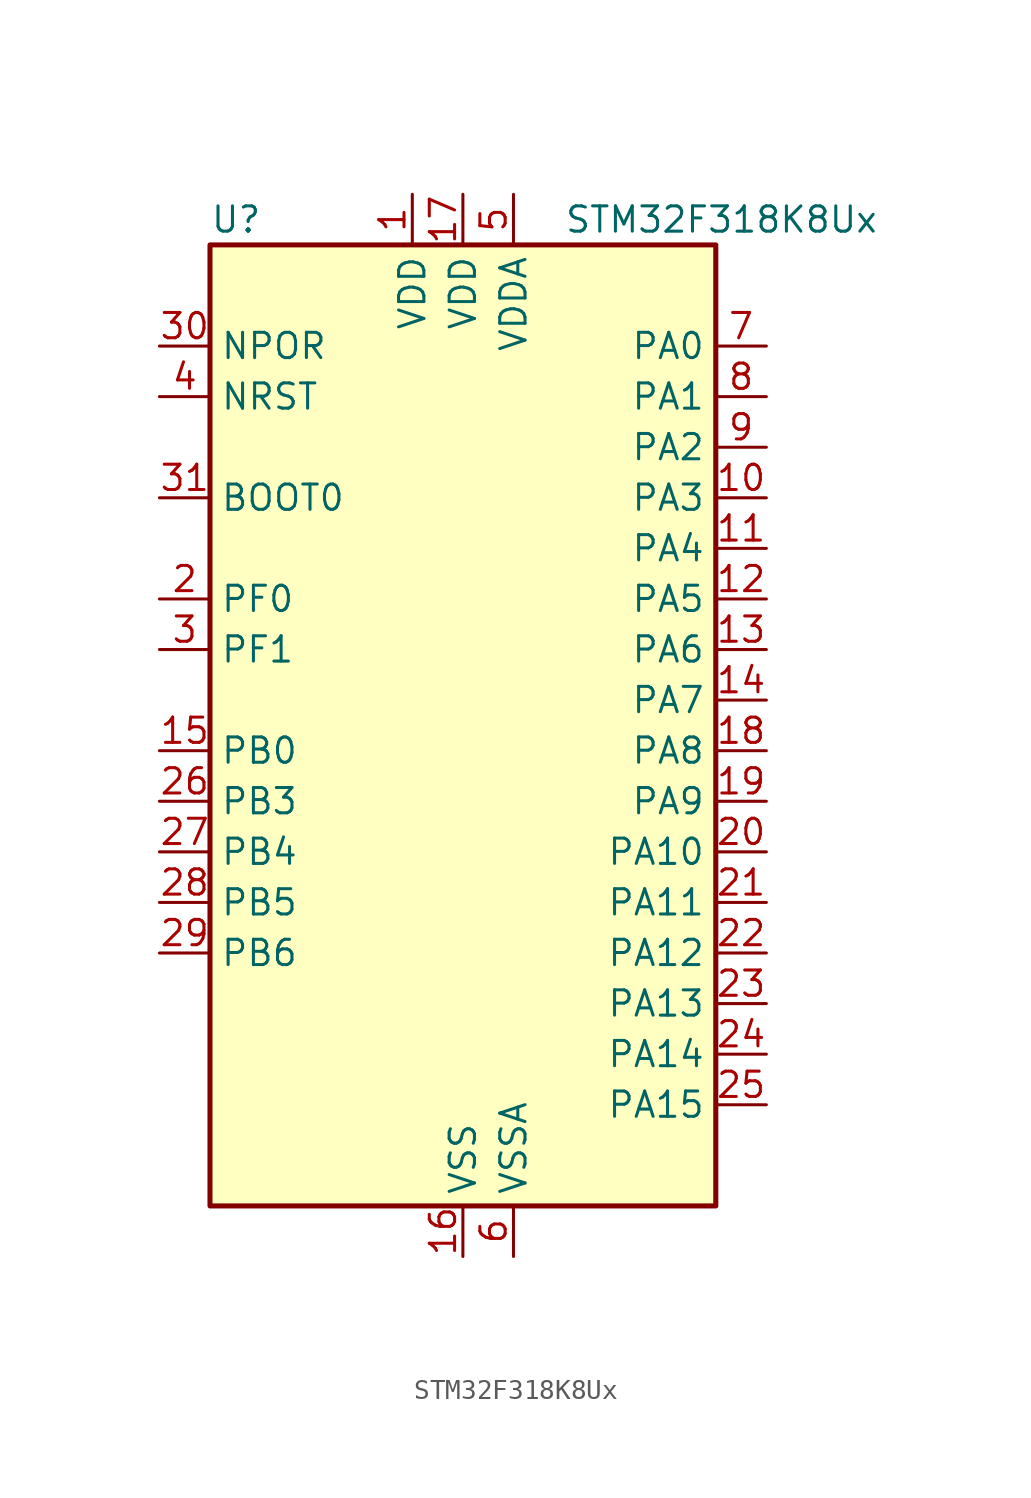
<source format=kicad_sym>
(kicad_symbol_lib
  (version 20241209)
  (generator "kicad_symbol_editor")
  (generator_version "9.0")
  (symbol "STM32F318K8Ux"
    (property "Reference" "U"
      (at -12.7 26.67 0)
      (effects (font (size 1.27 1.27)) (justify left)))
    (property "Value" "STM32F318K8Ux"
      (at 5.08 26.67 0)
      (effects (font (size 1.27 1.27)) (justify left)))
    (symbol "STM32F318K8Ux_0_1"
      (rectangle (start -12.7 -22.86) (end 12.7 25.4) (stroke (width 0.254) (type default)) (fill (type background))))
    (symbol "STM32F318K8Ux_1_1"
      (pin input line (at -15.24 20.32 0) (length 2.54) (name "NPOR" (effects (font (size 1.27 1.27)))) (number "30" (effects (font (size 1.27 1.27)))))
      (pin input line (at -15.24 17.78 0) (length 2.54) (name "NRST" (effects (font (size 1.27 1.27)))) (number "4" (effects (font (size 1.27 1.27)))))
      (pin input line (at -15.24 12.7 0) (length 2.54) (name "BOOT0" (effects (font (size 1.27 1.27)))) (number "31" (effects (font (size 1.27 1.27)))))
      (pin bidirectional line (at -15.24 7.62 0) (length 2.54) (name "PF0" (effects (font (size 1.27 1.27)))) (number "2" (effects (font (size 1.27 1.27)))) (alternate "I2C2_SDA" bidirectional line) (alternate "I2S2_WS" bidirectional line) (alternate "RCC_OSC_IN" bidirectional line) (alternate "SPI2_NSS" bidirectional line) (alternate "TIM1_CH3N" bidirectional line))
      (pin bidirectional line (at -15.24 5.08 0) (length 2.54) (name "PF1" (effects (font (size 1.27 1.27)))) (number "3" (effects (font (size 1.27 1.27)))) (alternate "I2C2_SCL" bidirectional line) (alternate "I2S2_CK" bidirectional line) (alternate "RCC_OSC_OUT" bidirectional line) (alternate "SPI2_SCK" bidirectional line))
      (pin bidirectional line (at -15.24 0 0) (length 2.54) (name "PB0" (effects (font (size 1.27 1.27)))) (number "15" (effects (font (size 1.27 1.27)))) (alternate "ADC1_IN11" bidirectional line) (alternate "COMP4_INP" bidirectional line) (alternate "OPAMP2_VINP" bidirectional line) (alternate "OPAMP2_VINP_SEC" bidirectional line) (alternate "TIM1_CH2N" bidirectional line) (alternate "TSC_G3_IO2" bidirectional line))
      (pin bidirectional line (at -15.24 -2.54 0) (length 2.54) (name "PB3" (effects (font (size 1.27 1.27)))) (number "26" (effects (font (size 1.27 1.27)))) (alternate "I2S3_CK" bidirectional line) (alternate "SPI3_SCK" bidirectional line) (alternate "SYS_JTDO-TRACESWO" bidirectional line) (alternate "TIM2_CH2" bidirectional line) (alternate "TSC_G5_IO1" bidirectional line) (alternate "USART2_TX" bidirectional line))
      (pin bidirectional line (at -15.24 -5.08 0) (length 2.54) (name "PB4" (effects (font (size 1.27 1.27)))) (number "27" (effects (font (size 1.27 1.27)))) (alternate "I2S3_ext_SD" bidirectional line) (alternate "SPI3_MISO" bidirectional line) (alternate "SYS_NJTRST" bidirectional line) (alternate "TIM16_CH1" bidirectional line) (alternate "TIM17_BKIN" bidirectional line) (alternate "TSC_G5_IO2" bidirectional line) (alternate "USART2_RX" bidirectional line))
      (pin bidirectional line (at -15.24 -7.62 0) (length 2.54) (name "PB5" (effects (font (size 1.27 1.27)))) (number "28" (effects (font (size 1.27 1.27)))) (alternate "I2C1_SMBA" bidirectional line) (alternate "I2C3_SDA" bidirectional line) (alternate "I2S3_SD" bidirectional line) (alternate "SPI3_MOSI" bidirectional line) (alternate "TIM16_BKIN" bidirectional line) (alternate "TIM17_CH1" bidirectional line) (alternate "USART2_CK" bidirectional line))
      (pin bidirectional line (at -15.24 -10.16 0) (length 2.54) (name "PB6" (effects (font (size 1.27 1.27)))) (number "29" (effects (font (size 1.27 1.27)))) (alternate "I2C1_SCL" bidirectional line) (alternate "TIM16_CH1N" bidirectional line) (alternate "TSC_G5_IO3" bidirectional line) (alternate "USART1_TX" bidirectional line))
      (pin power_in line (at -2.54 27.94 270) (length 2.54) (name "VDD" (effects (font (size 1.27 1.27)))) (number "1" (effects (font (size 1.27 1.27)))))
      (pin power_in line (at 0 27.94 270) (length 2.54) (name "VDD" (effects (font (size 1.27 1.27)))) (number "17" (effects (font (size 1.27 1.27)))))
      (pin power_in line (at 0 -25.4 90) (length 2.54) (name "VSS" (effects (font (size 1.27 1.27)))) (number "16" (effects (font (size 1.27 1.27)))))
      (pin passive line (at 0 -25.4 90) (length 2.54) (hide yes) (name "VSS" (effects (font (size 1.27 1.27)))) (number "32" (effects (font (size 1.27 1.27)))))
      (pin passive line (at 0 -25.4 90) (length 2.54) (hide yes) (name "VSS" (effects (font (size 1.27 1.27)))) (number "33" (effects (font (size 1.27 1.27)))))
      (pin power_in line (at 2.54 27.94 270) (length 2.54) (name "VDDA" (effects (font (size 1.27 1.27)))) (number "5" (effects (font (size 1.27 1.27)))))
      (pin power_in line (at 2.54 -25.4 90) (length 2.54) (name "VSSA" (effects (font (size 1.27 1.27)))) (number "6" (effects (font (size 1.27 1.27)))))
      (pin bidirectional line (at 15.24 20.32 180) (length 2.54) (name "PA0" (effects (font (size 1.27 1.27)))) (number "7" (effects (font (size 1.27 1.27)))) (alternate "ADC1_IN1" bidirectional line) (alternate "RTC_TAMP2" bidirectional line) (alternate "SYS_WKUP1" bidirectional line) (alternate "TIM2_CH1" bidirectional line) (alternate "TIM2_ETR" bidirectional line) (alternate "TSC_G1_IO1" bidirectional line) (alternate "USART2_CTS" bidirectional line))
      (pin bidirectional line (at 15.24 17.78 180) (length 2.54) (name "PA1" (effects (font (size 1.27 1.27)))) (number "8" (effects (font (size 1.27 1.27)))) (alternate "ADC1_IN2" bidirectional line) (alternate "RTC_REFIN" bidirectional line) (alternate "TIM15_CH1N" bidirectional line) (alternate "TIM2_CH2" bidirectional line) (alternate "TSC_G1_IO2" bidirectional line) (alternate "USART2_DE" bidirectional line) (alternate "USART2_RTS" bidirectional line))
      (pin bidirectional line (at 15.24 15.24 180) (length 2.54) (name "PA2" (effects (font (size 1.27 1.27)))) (number "9" (effects (font (size 1.27 1.27)))) (alternate "ADC1_IN3" bidirectional line) (alternate "COMP2_INM" bidirectional line) (alternate "COMP2_OUT" bidirectional line) (alternate "TIM15_CH1" bidirectional line) (alternate "TIM2_CH3" bidirectional line) (alternate "TSC_G1_IO3" bidirectional line) (alternate "USART2_TX" bidirectional line))
      (pin bidirectional line (at 15.24 12.7 180) (length 2.54) (name "PA3" (effects (font (size 1.27 1.27)))) (number "10" (effects (font (size 1.27 1.27)))) (alternate "ADC1_IN4" bidirectional line) (alternate "TIM15_CH2" bidirectional line) (alternate "TIM2_CH4" bidirectional line) (alternate "TSC_G1_IO4" bidirectional line) (alternate "USART2_RX" bidirectional line))
      (pin bidirectional line (at 15.24 10.16 180) (length 2.54) (name "PA4" (effects (font (size 1.27 1.27)))) (number "11" (effects (font (size 1.27 1.27)))) (alternate "ADC1_IN5" bidirectional line) (alternate "COMP2_INM" bidirectional line) (alternate "COMP4_INM" bidirectional line) (alternate "DAC_OUT1" bidirectional line) (alternate "I2S3_WS" bidirectional line) (alternate "SPI3_NSS" bidirectional line) (alternate "TSC_G2_IO1" bidirectional line) (alternate "USART2_CK" bidirectional line))
      (pin bidirectional line (at 15.24 7.62 180) (length 2.54) (name "PA5" (effects (font (size 1.27 1.27)))) (number "12" (effects (font (size 1.27 1.27)))) (alternate "OPAMP2_VINM" bidirectional line) (alternate "OPAMP2_VINM_SEC" bidirectional line) (alternate "TIM2_CH1" bidirectional line) (alternate "TIM2_ETR" bidirectional line) (alternate "TSC_G2_IO2" bidirectional line))
      (pin bidirectional line (at 15.24 5.08 180) (length 2.54) (name "PA6" (effects (font (size 1.27 1.27)))) (number "13" (effects (font (size 1.27 1.27)))) (alternate "ADC1_IN10" bidirectional line) (alternate "OPAMP2_VOUT" bidirectional line) (alternate "TIM16_CH1" bidirectional line) (alternate "TIM1_BKIN" bidirectional line) (alternate "TSC_G2_IO3" bidirectional line))
      (pin bidirectional line (at 15.24 2.54 180) (length 2.54) (name "PA7" (effects (font (size 1.27 1.27)))) (number "14" (effects (font (size 1.27 1.27)))) (alternate "ADC1_IN15" bidirectional line) (alternate "COMP2_INP" bidirectional line) (alternate "OPAMP2_VINP" bidirectional line) (alternate "OPAMP2_VINP_SEC" bidirectional line) (alternate "TIM17_CH1" bidirectional line) (alternate "TIM1_CH1N" bidirectional line) (alternate "TSC_G2_IO4" bidirectional line))
      (pin bidirectional line (at 15.24 0 180) (length 2.54) (name "PA8" (effects (font (size 1.27 1.27)))) (number "18" (effects (font (size 1.27 1.27)))) (alternate "I2C2_SMBA" bidirectional line) (alternate "I2C3_SCL" bidirectional line) (alternate "I2S2_MCK" bidirectional line) (alternate "RCC_MCO" bidirectional line) (alternate "TIM1_CH1" bidirectional line) (alternate "USART1_CK" bidirectional line))
      (pin bidirectional line (at 15.24 -2.54 180) (length 2.54) (name "PA9" (effects (font (size 1.27 1.27)))) (number "19" (effects (font (size 1.27 1.27)))) (alternate "DAC_EXTI9" bidirectional line) (alternate "I2C2_SCL" bidirectional line) (alternate "I2C3_SMBA" bidirectional line) (alternate "I2S3_MCK" bidirectional line) (alternate "TIM15_BKIN" bidirectional line) (alternate "TIM1_CH2" bidirectional line) (alternate "TIM2_CH3" bidirectional line) (alternate "TSC_G4_IO1" bidirectional line) (alternate "USART1_TX" bidirectional line))
      (pin bidirectional line (at 15.24 -5.08 180) (length 2.54) (name "PA10" (effects (font (size 1.27 1.27)))) (number "20" (effects (font (size 1.27 1.27)))) (alternate "I2C2_SDA" bidirectional line) (alternate "I2S2_ext_SD" bidirectional line) (alternate "SPI2_MISO" bidirectional line) (alternate "TIM17_BKIN" bidirectional line) (alternate "TIM1_CH3" bidirectional line) (alternate "TIM2_CH4" bidirectional line) (alternate "TSC_G4_IO2" bidirectional line) (alternate "USART1_RX" bidirectional line))
      (pin bidirectional line (at 15.24 -7.62 180) (length 2.54) (name "PA11" (effects (font (size 1.27 1.27)))) (number "21" (effects (font (size 1.27 1.27)))) (alternate "ADC1_EXTI11" bidirectional line) (alternate "I2S2_SD" bidirectional line) (alternate "SPI2_MOSI" bidirectional line) (alternate "TIM1_BKIN2" bidirectional line) (alternate "TIM1_CH1N" bidirectional line) (alternate "TIM1_CH4" bidirectional line) (alternate "USART1_CTS" bidirectional line))
      (pin bidirectional line (at 15.24 -10.16 180) (length 2.54) (name "PA12" (effects (font (size 1.27 1.27)))) (number "22" (effects (font (size 1.27 1.27)))) (alternate "COMP2_OUT" bidirectional line) (alternate "I2S_CKIN" bidirectional line) (alternate "TIM16_CH1" bidirectional line) (alternate "TIM1_CH2N" bidirectional line) (alternate "TIM1_ETR" bidirectional line) (alternate "USART1_DE" bidirectional line) (alternate "USART1_RTS" bidirectional line))
      (pin bidirectional line (at 15.24 -12.7 180) (length 2.54) (name "PA13" (effects (font (size 1.27 1.27)))) (number "23" (effects (font (size 1.27 1.27)))) (alternate "IR_OUT" bidirectional line) (alternate "SYS_JTMS-SWDIO" bidirectional line) (alternate "TIM16_CH1N" bidirectional line) (alternate "TSC_G4_IO3" bidirectional line))
      (pin bidirectional line (at 15.24 -15.24 180) (length 2.54) (name "PA14" (effects (font (size 1.27 1.27)))) (number "24" (effects (font (size 1.27 1.27)))) (alternate "I2C1_SDA" bidirectional line) (alternate "SYS_JTCK-SWCLK" bidirectional line) (alternate "TIM1_BKIN" bidirectional line) (alternate "TSC_G4_IO4" bidirectional line) (alternate "USART2_TX" bidirectional line))
      (pin bidirectional line (at 15.24 -17.78 180) (length 2.54) (name "PA15" (effects (font (size 1.27 1.27)))) (number "25" (effects (font (size 1.27 1.27)))) (alternate "ADC1_EXTI15" bidirectional line) (alternate "I2C1_SCL" bidirectional line) (alternate "I2S3_WS" bidirectional line) (alternate "SPI3_NSS" bidirectional line) (alternate "SYS_JTDI" bidirectional line) (alternate "TIM1_BKIN" bidirectional line) (alternate "TIM2_CH1" bidirectional line) (alternate "TIM2_ETR" bidirectional line) (alternate "TSC_SYNC" bidirectional line) (alternate "USART2_RX" bidirectional line)))))
</source>
